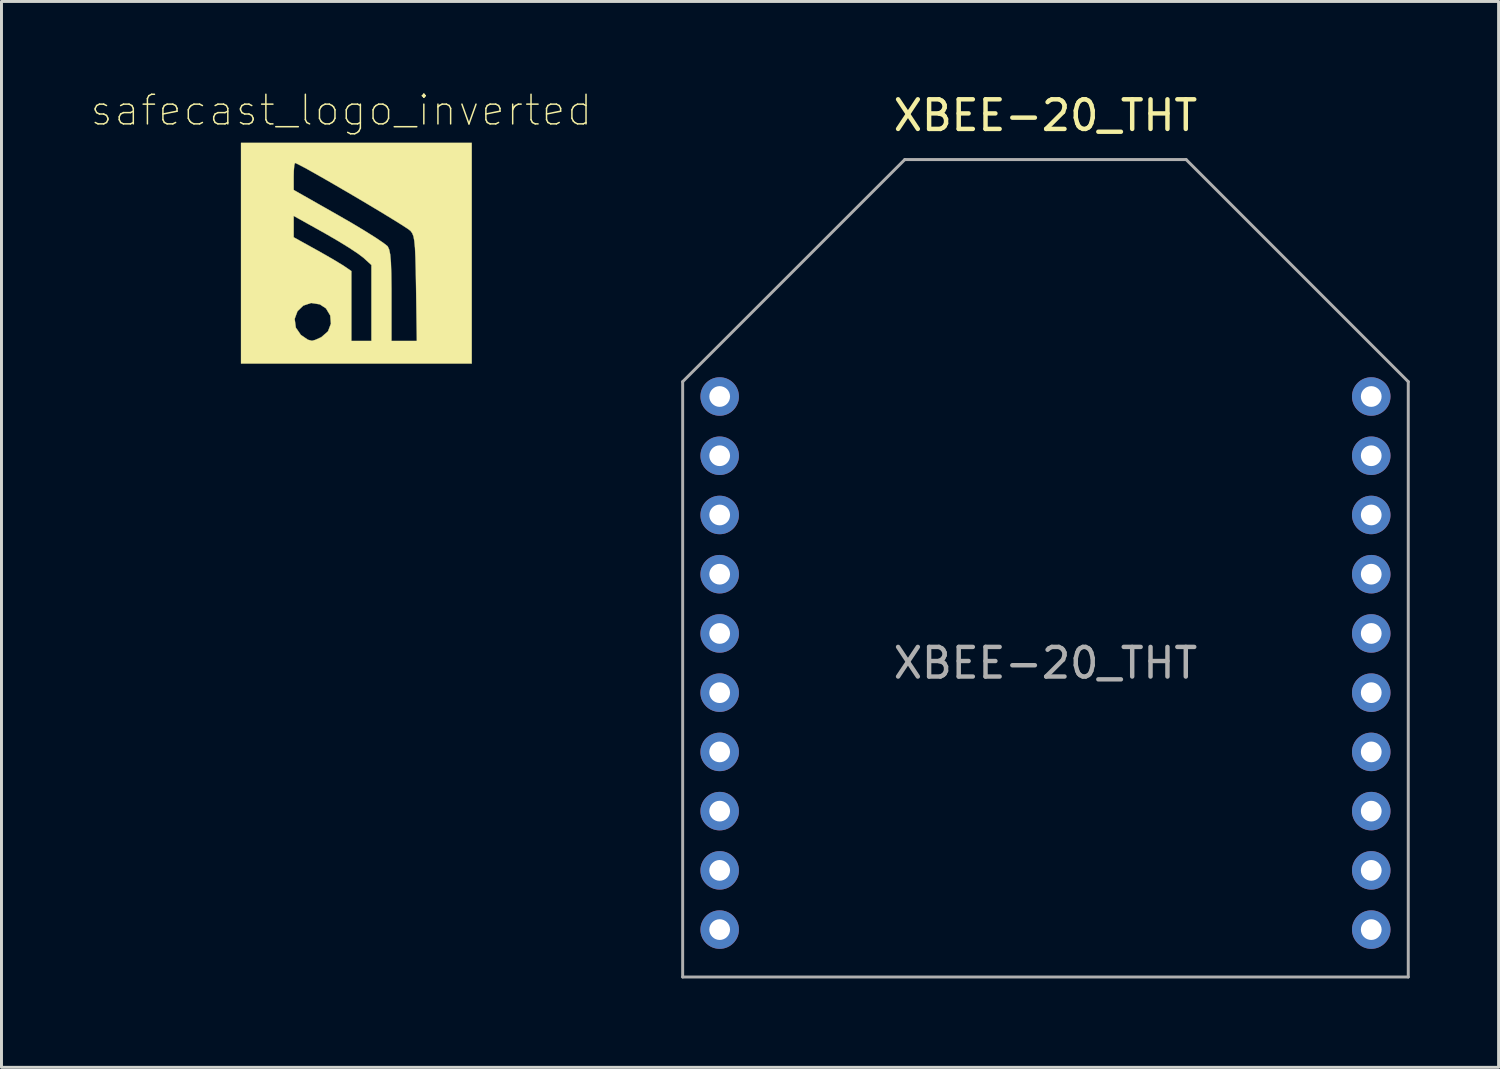
<source format=kicad_pcb>
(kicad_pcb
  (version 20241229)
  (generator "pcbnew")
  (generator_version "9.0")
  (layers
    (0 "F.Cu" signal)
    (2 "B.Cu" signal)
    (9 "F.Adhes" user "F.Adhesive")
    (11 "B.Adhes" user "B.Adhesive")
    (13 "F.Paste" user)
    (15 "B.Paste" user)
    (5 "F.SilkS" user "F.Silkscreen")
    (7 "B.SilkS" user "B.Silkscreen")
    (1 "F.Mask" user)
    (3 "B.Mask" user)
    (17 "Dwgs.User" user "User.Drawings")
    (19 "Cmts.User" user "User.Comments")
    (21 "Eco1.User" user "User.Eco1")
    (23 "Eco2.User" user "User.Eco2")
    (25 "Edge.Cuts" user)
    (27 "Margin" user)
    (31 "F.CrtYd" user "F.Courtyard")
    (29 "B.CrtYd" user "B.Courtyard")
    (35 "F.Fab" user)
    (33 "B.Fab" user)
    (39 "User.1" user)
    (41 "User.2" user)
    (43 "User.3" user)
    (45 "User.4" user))
  (footprint "XBEE-20_THT"
    (layer "F.Cu")
    (at 32.25 19.338)
    (property "Reference" "XBEE-20_THT" (at 0 -18.49 0) (layer "F.SilkS") (effects (font (size 1 1) (thickness 0.15))))
    (attr through_hole)
    (fp_line (start -12.25 -9.5) (end -12.25 10.6) (stroke (width 0.1) (type solid)) (layer "F.Fab"))
    (fp_line (start -12.25 -9.5) (end -4.75 -17) (stroke (width 0.1) (type solid)) (layer "F.Fab"))
    (fp_line (start -12.25 10.6) (end 12.25 10.6) (stroke (width 0.1) (type solid)) (layer "F.Fab"))
    (fp_line (start -4.75 -17) (end 4.75 -17) (stroke (width 0.1) (type solid)) (layer "F.Fab"))
    (fp_line (start 4.75 -17) (end 12.25 -9.5) (stroke (width 0.1) (type solid)) (layer "F.Fab"))
    (fp_line (start 12.25 -9.5) (end 12.25 10.6) (stroke (width 0.1) (type solid)) (layer "F.Fab"))
    (fp_text user "${REFERENCE}" (at 0 0 0) (layer "F.Fab") (effects (font (size 1 1) (thickness 0.15))))
    (pad "1" thru_hole circle (at -11 -9) (size 1.3 1.3) (drill 0.7) (layers "*.Cu" "*.Mask"))
    (pad "2" thru_hole circle (at -11 -7) (size 1.3 1.3) (drill 0.7) (layers "*.Cu" "*.Mask"))
    (pad "3" thru_hole circle (at -11 -5) (size 1.3 1.3) (drill 0.7) (layers "*.Cu" "*.Mask"))
    (pad "4" thru_hole circle (at -11 -3) (size 1.3 1.3) (drill 0.7) (layers "*.Cu" "*.Mask"))
    (pad "5" thru_hole circle (at -11 -1) (size 1.3 1.3) (drill 0.7) (layers "*.Cu" "*.Mask"))
    (pad "6" thru_hole circle (at -11 1) (size 1.3 1.3) (drill 0.7) (layers "*.Cu" "*.Mask"))
    (pad "7" thru_hole circle (at -11 3) (size 1.3 1.3) (drill 0.7) (layers "*.Cu" "*.Mask"))
    (pad "8" thru_hole circle (at -11 5) (size 1.3 1.3) (drill 0.7) (layers "*.Cu" "*.Mask"))
    (pad "9" thru_hole circle (at -11 7) (size 1.3 1.3) (drill 0.7) (layers "*.Cu" "*.Mask"))
    (pad "10" thru_hole circle (at -11 9) (size 1.3 1.3) (drill 0.7) (layers "*.Cu" "*.Mask"))
    (pad "11" thru_hole circle (at 11 9) (size 1.3 1.3) (drill 0.7) (layers "*.Cu" "*.Mask"))
    (pad "12" thru_hole circle (at 11 7) (size 1.3 1.3) (drill 0.7) (layers "*.Cu" "*.Mask"))
    (pad "13" thru_hole circle (at 11 5) (size 1.3 1.3) (drill 0.7) (layers "*.Cu" "*.Mask"))
    (pad "14" thru_hole circle (at 11 3) (size 1.3 1.3) (drill 0.7) (layers "*.Cu" "*.Mask"))
    (pad "15" thru_hole circle (at 11 1) (size 1.3 1.3) (drill 0.7) (layers "*.Cu" "*.Mask"))
    (pad "16" thru_hole circle (at 11 -1) (size 1.3 1.3) (drill 0.7) (layers "*.Cu" "*.Mask"))
    (pad "17" thru_hole circle (at 11 -3) (size 1.3 1.3) (drill 0.7) (layers "*.Cu" "*.Mask"))
    (pad "18" thru_hole circle (at 11 -5) (size 1.3 1.3) (drill 0.7) (layers "*.Cu" "*.Mask"))
    (pad "19" thru_hole circle (at 11 -7) (size 1.3 1.3) (drill 0.7) (layers "*.Cu" "*.Mask"))
    (pad "20" thru_hole circle (at 11 -9) (size 1.3 1.3) (drill 0.7) (layers "*.Cu" "*.Mask")))
  (footprint "safecast_logo_inverted"
    (layer "F.Cu")
    (at 8.983 5.499)
    (property "Reference" "safecast_logo_inverted" (at -0.508 -4.826 0) (layer "F.SilkS") (effects (font (size 1 1) (thickness 0.05))))
    (attr through_hole)
    (fp_poly (pts (xy 3.895 3.725) (xy -3.895 3.725) (xy -3.895 2.217) (xy -2.084 2.217) (xy -2.045 2.508) (xy -2.041 2.518) (xy -1.874 2.76) (xy -1.637 2.922) (xy -1.499 2.958) (xy -1.383 2.926) (xy -1.195 2.841) (xy -1.182 2.835) (xy -0.958 2.638) (xy -0.859 2.379) (xy -0.882 2.105) (xy -1.026 1.864) (xy -1.234 1.727) (xy -1.53 1.681) (xy -1.793 1.77) (xy -1.989 1.96) (xy -2.084 2.217) (xy -3.895 2.217) (xy -3.895 -0.899) (xy -2.117 -0.899) (xy -2.117 -0.538) (xy -1.376 -0.127) (xy -1.031 0.067) (xy -0.717 0.25) (xy -0.481 0.393) (xy -0.402 0.444) (xy -0.169 0.604) (xy -0.169 2.963) (xy 0.508 2.963) (xy 0.508 0.399) (xy 0.233 0.149) (xy 0.056 0.015) (xy -0.232 -0.176) (xy -0.595 -0.4) (xy -0.997 -0.634) (xy -1.079 -0.681) (xy -2.117 -1.26) (xy -2.117 -0.899) (xy -3.895 -0.899) (xy -3.895 -2.592) (xy -2.117 -2.592) (xy -2.117 -2.135) (xy -0.59 -1.268) (xy -0.122 -0.998) (xy 0.3 -0.744) (xy 0.652 -0.523) (xy 0.909 -0.349) (xy 1.049 -0.239) (xy 1.061 -0.224) (xy 1.108 -0.121) (xy 1.143 0.05) (xy 1.166 0.312) (xy 1.179 0.687) (xy 1.185 1.199) (xy 1.185 1.458) (xy 1.185 2.963) (xy 2.042 2.963) (xy 2.016 1.194) (xy 2.006 0.597) (xy 1.994 0.146) (xy 1.979 -0.183) (xy 1.957 -0.413) (xy 1.928 -0.569) (xy 1.887 -0.672) (xy 1.833 -0.748) (xy 1.827 -0.755) (xy 1.724 -0.832) (xy 1.501 -0.976) (xy 1.182 -1.174) (xy 0.791 -1.412) (xy 0.352 -1.675) (xy -0.112 -1.949) (xy -0.577 -2.221) (xy -1.018 -2.476) (xy -1.411 -2.7) (xy -1.734 -2.88) (xy -1.962 -3) (xy -2.07 -3.048) (xy -2.073 -3.048) (xy -2.097 -2.971) (xy -2.113 -2.774) (xy -2.117 -2.592) (xy -3.895 -2.592) (xy -3.895 -3.725) (xy 3.895 -3.725) (xy 3.895 3.725)) (stroke (width 0.01) (type solid)) (fill yes) (layer "F.SilkS")))
  (gr_rect
    (start -3 -3)
    (end 47.55 32.988)
    (stroke (width 0.1) (type default))
    (fill no)
    (layer "Edge.Cuts")))
</source>
